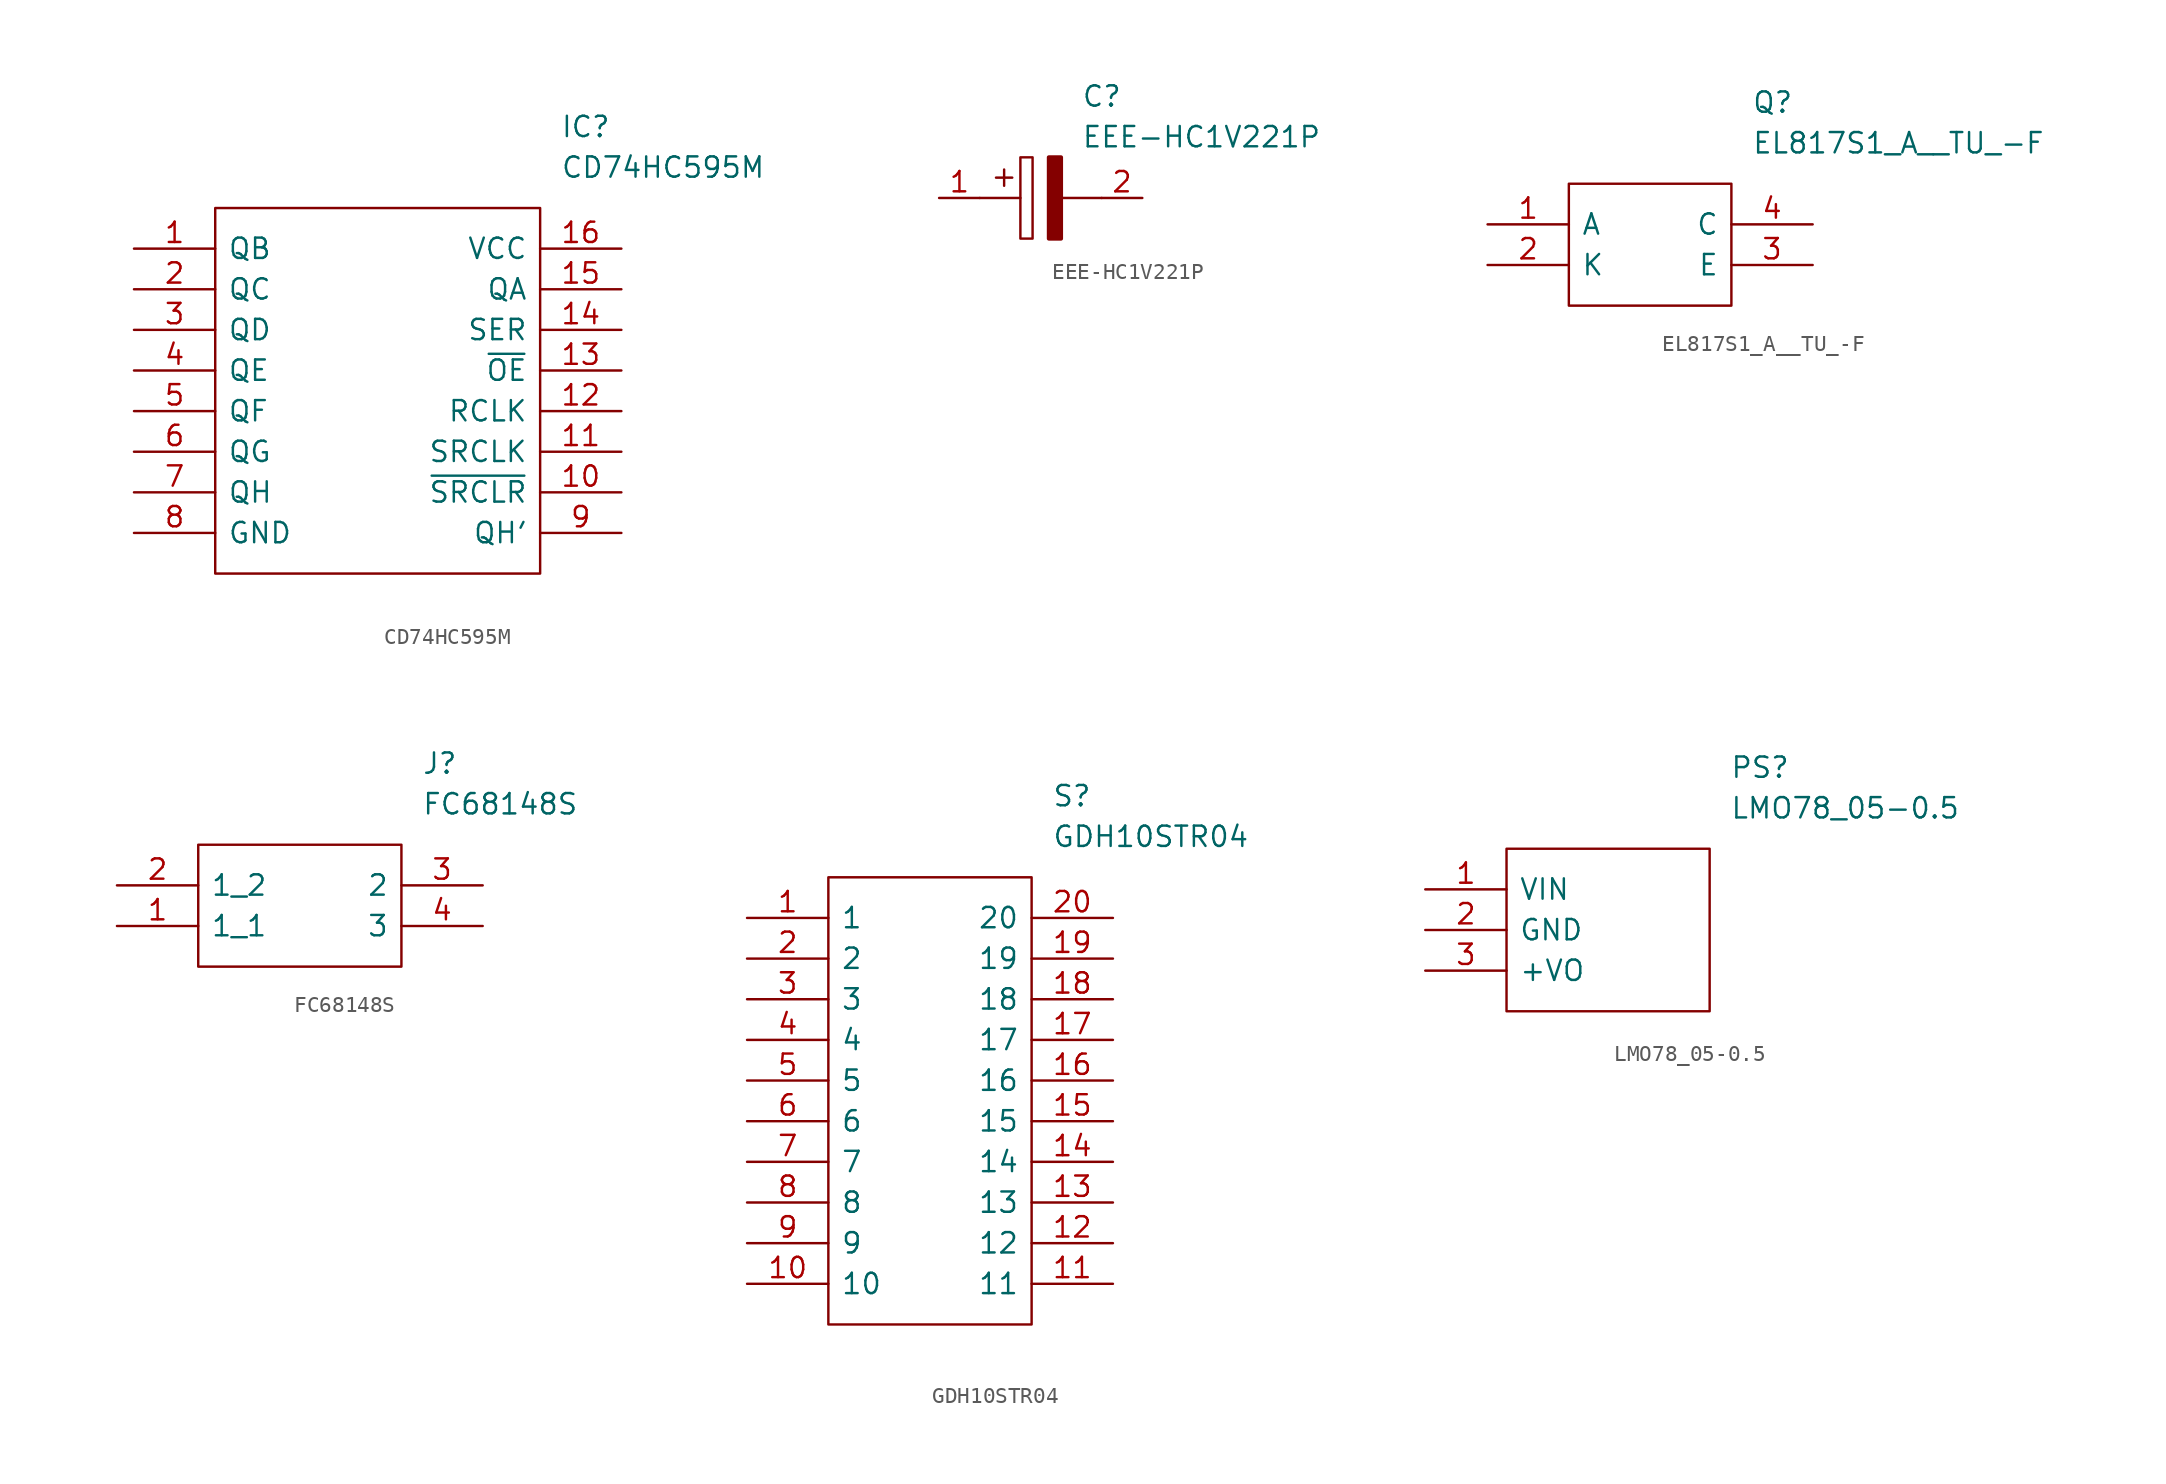
<source format=kicad_sym>
(kicad_symbol_lib
  (version 20211014)
  (generator kicad_symbol_editor)
  (symbol "CD74HC595M"
    (pin_names
      (offset 0.762))
    (property "Reference" "IC"
      (at 26.67 7.62 0)
      (effects (font (size 1.27 1.27)) (justify left)))
    (property "Value" "CD74HC595M"
      (at 26.67 5.08 0)
      (effects (font (size 1.27 1.27)) (justify left)))
    (symbol "CD74HC595M_0_0"
      (pin passive line (at 0 0 0) (length 5.08) (name "QB" (effects (font (size 1.27 1.27)))) (number "1" (effects (font (size 1.27 1.27)))))
      (pin passive line (at 30.48 -15.24 180) (length 5.08) (name "~{SRCLR}" (effects (font (size 1.27 1.27)))) (number "10" (effects (font (size 1.27 1.27)))))
      (pin passive line (at 30.48 -12.7 180) (length 5.08) (name "SRCLK" (effects (font (size 1.27 1.27)))) (number "11" (effects (font (size 1.27 1.27)))))
      (pin passive line (at 30.48 -10.16 180) (length 5.08) (name "RCLK" (effects (font (size 1.27 1.27)))) (number "12" (effects (font (size 1.27 1.27)))))
      (pin passive line (at 30.48 -7.62 180) (length 5.08) (name "~{OE}" (effects (font (size 1.27 1.27)))) (number "13" (effects (font (size 1.27 1.27)))))
      (pin passive line (at 30.48 -5.08 180) (length 5.08) (name "SER" (effects (font (size 1.27 1.27)))) (number "14" (effects (font (size 1.27 1.27)))))
      (pin passive line (at 30.48 -2.54 180) (length 5.08) (name "QA" (effects (font (size 1.27 1.27)))) (number "15" (effects (font (size 1.27 1.27)))))
      (pin passive line (at 30.48 0 180) (length 5.08) (name "VCC" (effects (font (size 1.27 1.27)))) (number "16" (effects (font (size 1.27 1.27)))))
      (pin passive line (at 0 -2.54 0) (length 5.08) (name "QC" (effects (font (size 1.27 1.27)))) (number "2" (effects (font (size 1.27 1.27)))))
      (pin passive line (at 0 -5.08 0) (length 5.08) (name "QD" (effects (font (size 1.27 1.27)))) (number "3" (effects (font (size 1.27 1.27)))))
      (pin passive line (at 0 -7.62 0) (length 5.08) (name "QE" (effects (font (size 1.27 1.27)))) (number "4" (effects (font (size 1.27 1.27)))))
      (pin passive line (at 0 -10.16 0) (length 5.08) (name "QF" (effects (font (size 1.27 1.27)))) (number "5" (effects (font (size 1.27 1.27)))))
      (pin passive line (at 0 -12.7 0) (length 5.08) (name "QG" (effects (font (size 1.27 1.27)))) (number "6" (effects (font (size 1.27 1.27)))))
      (pin passive line (at 0 -15.24 0) (length 5.08) (name "QH" (effects (font (size 1.27 1.27)))) (number "7" (effects (font (size 1.27 1.27)))))
      (pin passive line (at 0 -17.78 0) (length 5.08) (name "GND" (effects (font (size 1.27 1.27)))) (number "8" (effects (font (size 1.27 1.27)))))
      (pin passive line (at 30.48 -17.78 180) (length 5.08) (name "QH′" (effects (font (size 1.27 1.27)))) (number "9" (effects (font (size 1.27 1.27))))))
    (symbol "CD74HC595M_0_1"
      (polyline (pts (xy 5.08 2.54) (xy 25.4 2.54) (xy 25.4 -20.32) (xy 5.08 -20.32) (xy 5.08 2.54)) (stroke (width 0.152) (type default) (color 0 0 0 0)) (fill (type none)))))
  (symbol "EEE-HC1V221P"
    (pin_names
      (offset 0.762))
    (property "Reference" "C"
      (at 8.89 6.35 0)
      (effects (font (size 1.27 1.27)) (justify left)))
    (property "Value" "EEE-HC1V221P"
      (at 8.89 3.81 0)
      (effects (font (size 1.27 1.27)) (justify left)))
    (symbol "EEE-HC1V221P_0_0"
      (pin passive line (at 0 0 0) (length 2.54) (name "~" (effects (font (size 1.27 1.27)))) (number "1" (effects (font (size 1.27 1.27)))))
      (pin passive line (at 12.7 0 180) (length 2.54) (name "~" (effects (font (size 1.27 1.27)))) (number "2" (effects (font (size 1.27 1.27))))))
    (symbol "EEE-HC1V221P_0_1"
      (polyline (pts (xy 2.54 0) (xy 5.08 0)) (stroke (width 0.152) (type default) (color 0 0 0 0)) (fill (type none)))
      (polyline (pts (xy 4.064 1.778) (xy 4.064 0.762)) (stroke (width 0.152) (type default) (color 0 0 0 0)) (fill (type none)))
      (polyline (pts (xy 4.572 1.27) (xy 3.556 1.27)) (stroke (width 0.152) (type default) (color 0 0 0 0)) (fill (type none)))
      (polyline (pts (xy 7.62 0) (xy 10.16 0)) (stroke (width 0.152) (type default) (color 0 0 0 0)) (fill (type none)))
      (polyline (pts (xy 5.08 2.54) (xy 5.08 -2.54) (xy 5.842 -2.54) (xy 5.842 2.54) (xy 5.08 2.54)) (stroke (width 0.152) (type default) (color 0 0 0 0)) (fill (type none)))
      (polyline (pts (xy 7.62 2.54) (xy 7.62 -2.54) (xy 6.858 -2.54) (xy 6.858 2.54) (xy 7.62 2.54)) (stroke (width 0.254) (type default) (color 0 0 0 0)) (fill (type outline)))))
  (symbol "EL817S1_A__TU_-F"
    (pin_names
      (offset 0.762))
    (property "Reference" "Q"
      (at 16.51 7.62 0)
      (effects (font (size 1.27 1.27)) (justify left)))
    (property "Value" "EL817S1_A__TU_-F"
      (at 16.51 5.08 0)
      (effects (font (size 1.27 1.27)) (justify left)))
    (symbol "EL817S1_A__TU_-F_0_0"
      (pin passive line (at 0 0 0) (length 5.08) (name "A" (effects (font (size 1.27 1.27)))) (number "1" (effects (font (size 1.27 1.27)))))
      (pin passive line (at 0 -2.54 0) (length 5.08) (name "K" (effects (font (size 1.27 1.27)))) (number "2" (effects (font (size 1.27 1.27)))))
      (pin passive line (at 20.32 -2.54 180) (length 5.08) (name "E" (effects (font (size 1.27 1.27)))) (number "3" (effects (font (size 1.27 1.27)))))
      (pin passive line (at 20.32 0 180) (length 5.08) (name "C" (effects (font (size 1.27 1.27)))) (number "4" (effects (font (size 1.27 1.27))))))
    (symbol "EL817S1_A__TU_-F_0_1"
      (polyline (pts (xy 5.08 2.54) (xy 15.24 2.54) (xy 15.24 -5.08) (xy 5.08 -5.08) (xy 5.08 2.54)) (stroke (width 0.152) (type default) (color 0 0 0 0)) (fill (type none)))))
  (symbol "FC68148S"
    (pin_names
      (offset 0.762))
    (property "Reference" "J"
      (at 19.05 7.62 0)
      (effects (font (size 1.27 1.27)) (justify left)))
    (property "Value" "FC68148S"
      (at 19.05 5.08 0)
      (effects (font (size 1.27 1.27)) (justify left)))
    (symbol "FC68148S_0_0"
      (pin passive line (at 0 -2.54 0) (length 5.08) (name "1_1" (effects (font (size 1.27 1.27)))) (number "1" (effects (font (size 1.27 1.27)))))
      (pin passive line (at 0 0 0) (length 5.08) (name "1_2" (effects (font (size 1.27 1.27)))) (number "2" (effects (font (size 1.27 1.27)))))
      (pin passive line (at 22.86 0 180) (length 5.08) (name "2" (effects (font (size 1.27 1.27)))) (number "3" (effects (font (size 1.27 1.27)))))
      (pin passive line (at 22.86 -2.54 180) (length 5.08) (name "3" (effects (font (size 1.27 1.27)))) (number "4" (effects (font (size 1.27 1.27))))))
    (symbol "FC68148S_0_1"
      (polyline (pts (xy 5.08 2.54) (xy 17.78 2.54) (xy 17.78 -5.08) (xy 5.08 -5.08) (xy 5.08 2.54)) (stroke (width 0.152) (type default) (color 0 0 0 0)) (fill (type none)))))
  (symbol "GDH10STR04"
    (pin_names
      (offset 0.762))
    (property "Reference" "S"
      (at 19.05 7.62 0)
      (effects (font (size 1.27 1.27)) (justify left)))
    (property "Value" "GDH10STR04"
      (at 19.05 5.08 0)
      (effects (font (size 1.27 1.27)) (justify left)))
    (symbol "GDH10STR04_0_0"
      (pin passive line (at 0 0 0) (length 5.08) (name "1" (effects (font (size 1.27 1.27)))) (number "1" (effects (font (size 1.27 1.27)))))
      (pin passive line (at 0 -22.86 0) (length 5.08) (name "10" (effects (font (size 1.27 1.27)))) (number "10" (effects (font (size 1.27 1.27)))))
      (pin passive line (at 22.86 -22.86 180) (length 5.08) (name "11" (effects (font (size 1.27 1.27)))) (number "11" (effects (font (size 1.27 1.27)))))
      (pin passive line (at 22.86 -20.32 180) (length 5.08) (name "12" (effects (font (size 1.27 1.27)))) (number "12" (effects (font (size 1.27 1.27)))))
      (pin passive line (at 22.86 -17.78 180) (length 5.08) (name "13" (effects (font (size 1.27 1.27)))) (number "13" (effects (font (size 1.27 1.27)))))
      (pin passive line (at 22.86 -15.24 180) (length 5.08) (name "14" (effects (font (size 1.27 1.27)))) (number "14" (effects (font (size 1.27 1.27)))))
      (pin passive line (at 22.86 -12.7 180) (length 5.08) (name "15" (effects (font (size 1.27 1.27)))) (number "15" (effects (font (size 1.27 1.27)))))
      (pin passive line (at 22.86 -10.16 180) (length 5.08) (name "16" (effects (font (size 1.27 1.27)))) (number "16" (effects (font (size 1.27 1.27)))))
      (pin passive line (at 22.86 -7.62 180) (length 5.08) (name "17" (effects (font (size 1.27 1.27)))) (number "17" (effects (font (size 1.27 1.27)))))
      (pin passive line (at 22.86 -5.08 180) (length 5.08) (name "18" (effects (font (size 1.27 1.27)))) (number "18" (effects (font (size 1.27 1.27)))))
      (pin passive line (at 22.86 -2.54 180) (length 5.08) (name "19" (effects (font (size 1.27 1.27)))) (number "19" (effects (font (size 1.27 1.27)))))
      (pin passive line (at 0 -2.54 0) (length 5.08) (name "2" (effects (font (size 1.27 1.27)))) (number "2" (effects (font (size 1.27 1.27)))))
      (pin passive line (at 22.86 0 180) (length 5.08) (name "20" (effects (font (size 1.27 1.27)))) (number "20" (effects (font (size 1.27 1.27)))))
      (pin passive line (at 0 -5.08 0) (length 5.08) (name "3" (effects (font (size 1.27 1.27)))) (number "3" (effects (font (size 1.27 1.27)))))
      (pin passive line (at 0 -7.62 0) (length 5.08) (name "4" (effects (font (size 1.27 1.27)))) (number "4" (effects (font (size 1.27 1.27)))))
      (pin passive line (at 0 -10.16 0) (length 5.08) (name "5" (effects (font (size 1.27 1.27)))) (number "5" (effects (font (size 1.27 1.27)))))
      (pin passive line (at 0 -12.7 0) (length 5.08) (name "6" (effects (font (size 1.27 1.27)))) (number "6" (effects (font (size 1.27 1.27)))))
      (pin passive line (at 0 -15.24 0) (length 5.08) (name "7" (effects (font (size 1.27 1.27)))) (number "7" (effects (font (size 1.27 1.27)))))
      (pin passive line (at 0 -17.78 0) (length 5.08) (name "8" (effects (font (size 1.27 1.27)))) (number "8" (effects (font (size 1.27 1.27)))))
      (pin passive line (at 0 -20.32 0) (length 5.08) (name "9" (effects (font (size 1.27 1.27)))) (number "9" (effects (font (size 1.27 1.27))))))
    (symbol "GDH10STR04_0_1"
      (polyline (pts (xy 5.08 2.54) (xy 17.78 2.54) (xy 17.78 -25.4) (xy 5.08 -25.4) (xy 5.08 2.54)) (stroke (width 0.152) (type default) (color 0 0 0 0)) (fill (type none)))))
  (symbol "LMO78_05-0.5"
    (pin_names
      (offset 0.762))
    (property "Reference" "PS"
      (at 19.05 7.62 0)
      (effects (font (size 1.27 1.27)) (justify left)))
    (property "Value" "LMO78_05-0.5"
      (at 19.05 5.08 0)
      (effects (font (size 1.27 1.27)) (justify left)))
    (symbol "LMO78_05-0.5_0_0"
      (pin passive line (at 0 0 0) (length 5.08) (name "VIN" (effects (font (size 1.27 1.27)))) (number "1" (effects (font (size 1.27 1.27)))))
      (pin passive line (at 0 -2.54 0) (length 5.08) (name "GND" (effects (font (size 1.27 1.27)))) (number "2" (effects (font (size 1.27 1.27)))))
      (pin passive line (at 0 -5.08 0) (length 5.08) (name "+VO" (effects (font (size 1.27 1.27)))) (number "3" (effects (font (size 1.27 1.27))))))
    (symbol "LMO78_05-0.5_0_1"
      (polyline (pts (xy 5.08 2.54) (xy 17.78 2.54) (xy 17.78 -7.62) (xy 5.08 -7.62) (xy 5.08 2.54)) (stroke (width 0.152) (type default) (color 0 0 0 0)) (fill (type none))))))
</source>
